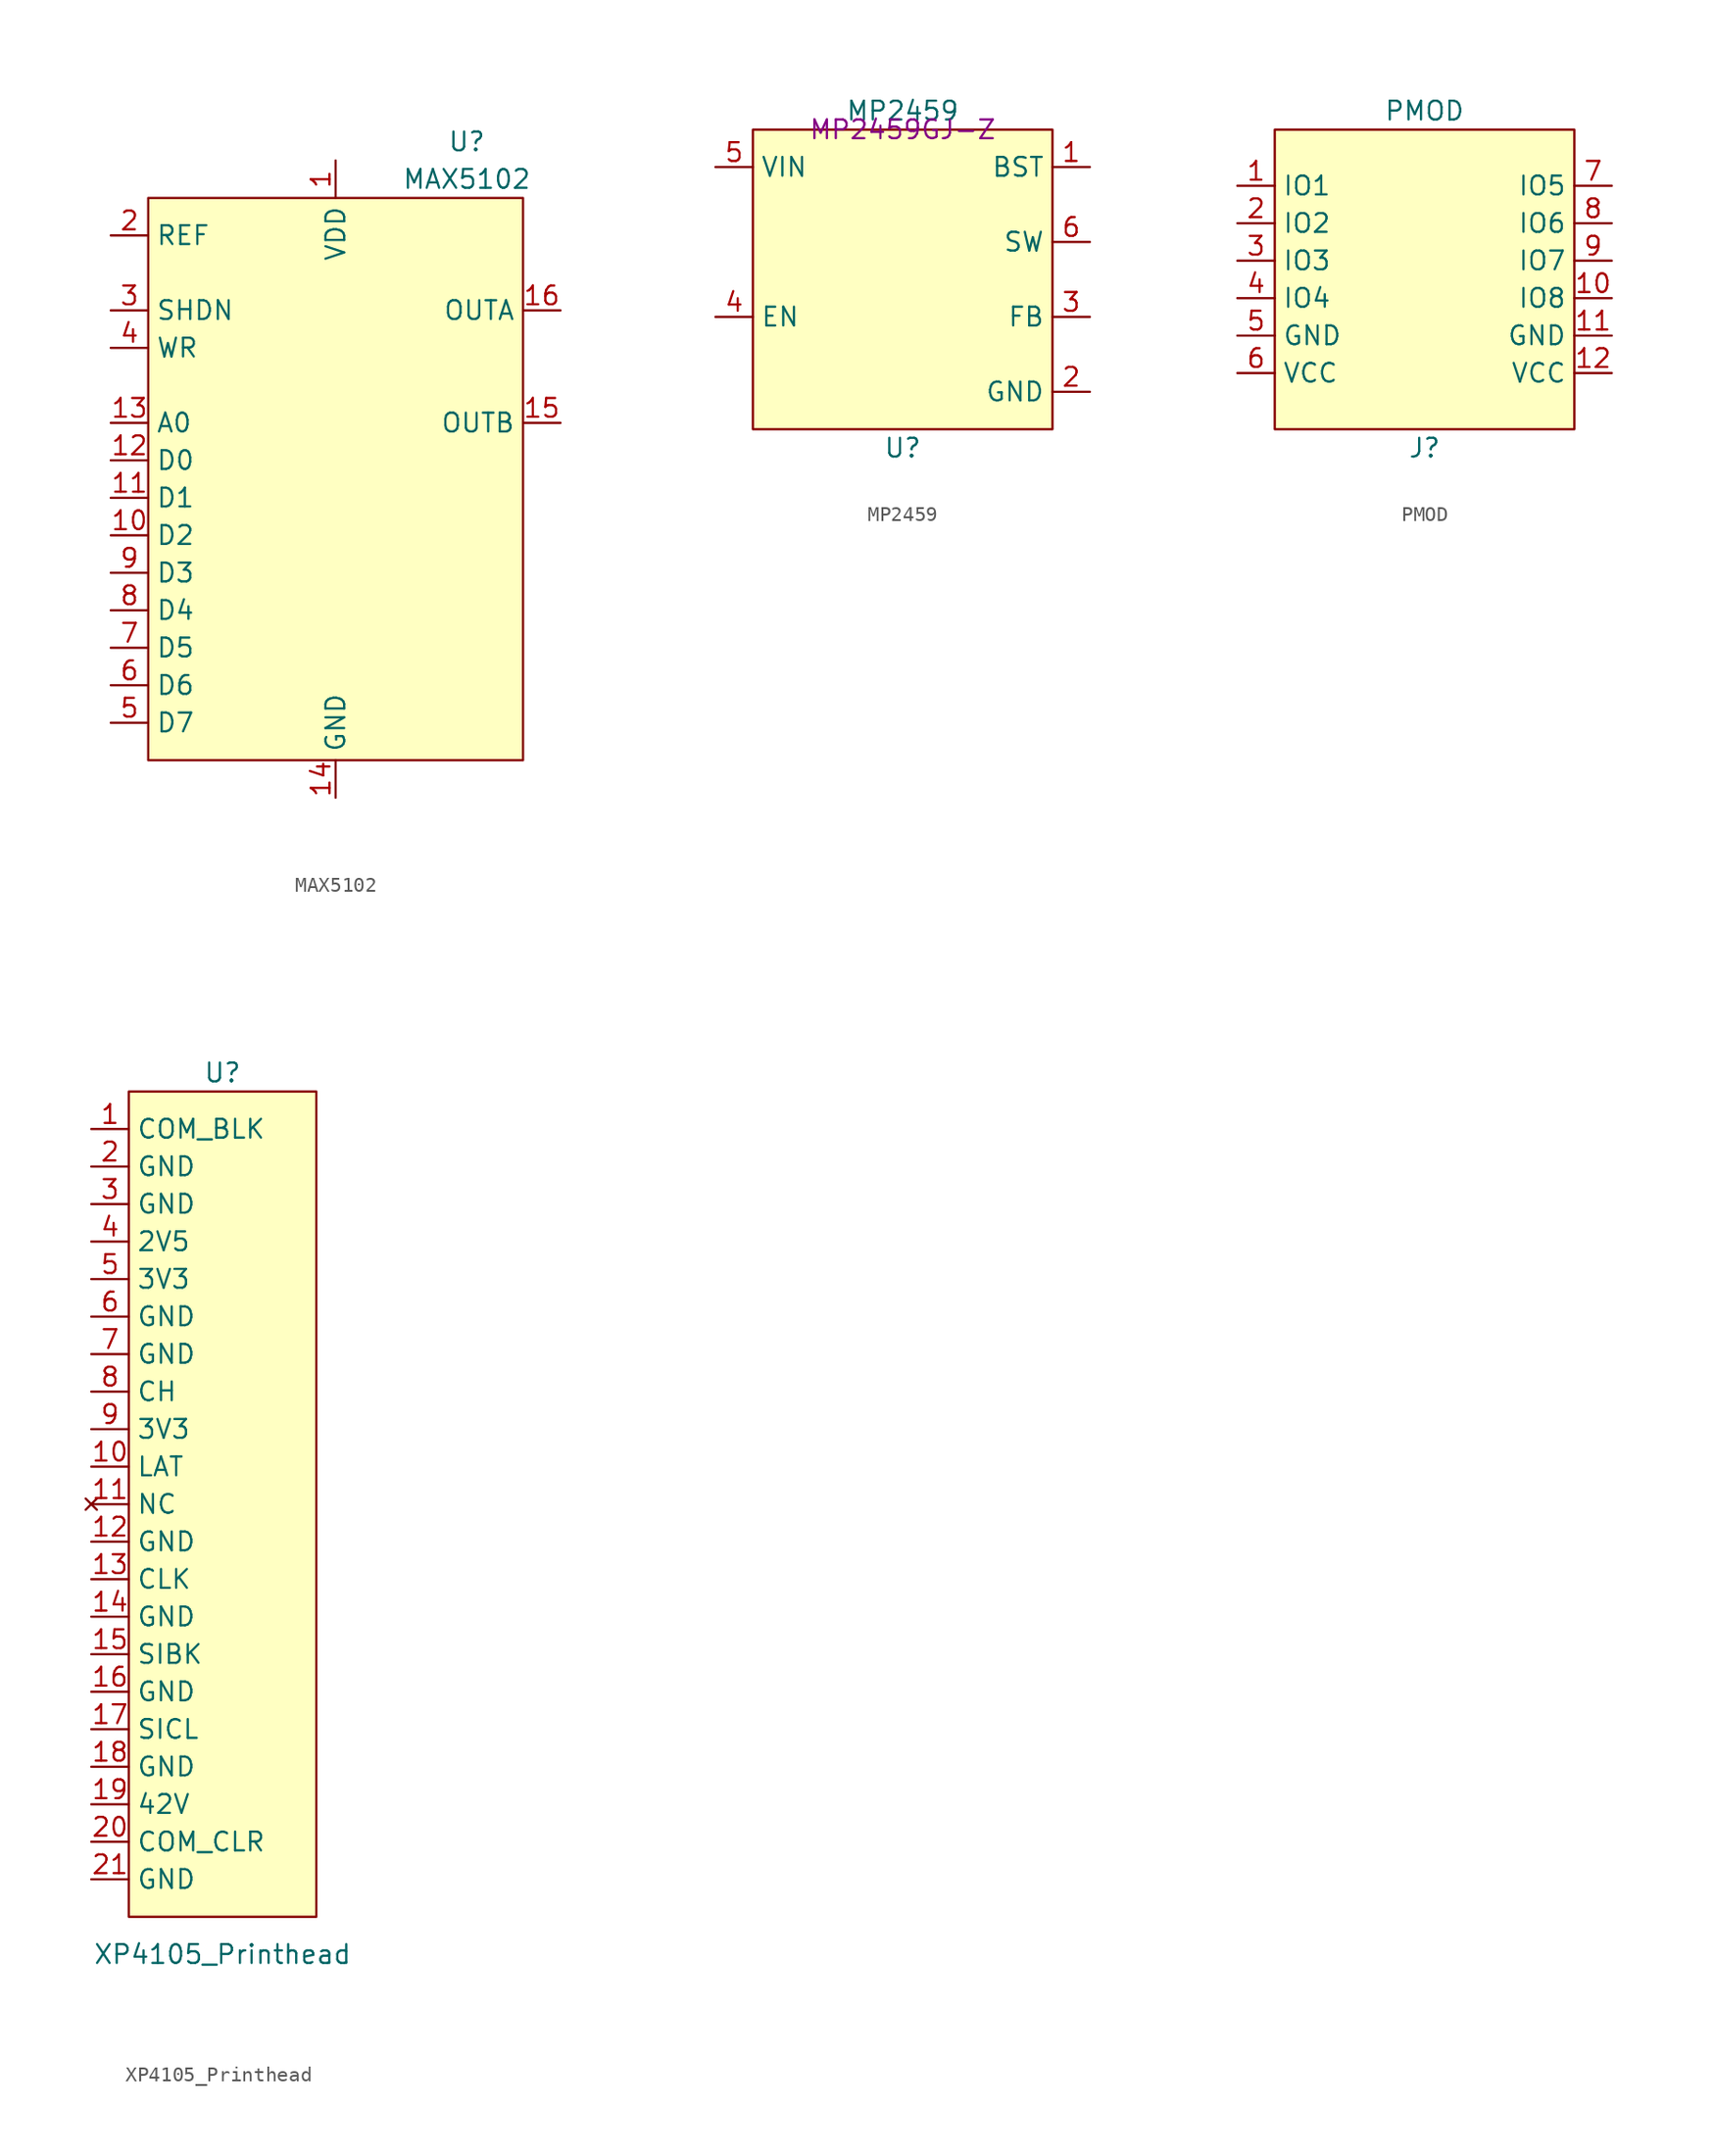
<source format=kicad_sym>
(kicad_symbol_lib
  (version 20211014)
  (generator kicad_symbol_editor)
  (symbol "MAX5102"
    (property "Reference" "U"
      (at 8.89 3.81 0)
      (effects (font (size 1.27 1.27))))
    (property "Value" "MAX5102"
      (at 8.89 1.27 0)
      (effects (font (size 1.27 1.27))))
    (symbol "MAX5102_0_1"
      (rectangle (start -12.7 0) (end 12.7 -38.1) (stroke (width 0) (type default) (color 0 0 0 0)) (fill (type background))))
    (symbol "MAX5102_1_1"
      (pin power_in line (at 0 2.54 270) (length 2.54) (name "VDD" (effects (font (size 1.27 1.27)))) (number "1" (effects (font (size 1.27 1.27)))))
      (pin input line (at -15.24 -22.86 0) (length 2.54) (name "D2" (effects (font (size 1.27 1.27)))) (number "10" (effects (font (size 1.27 1.27)))))
      (pin input line (at -15.24 -20.32 0) (length 2.54) (name "D1" (effects (font (size 1.27 1.27)))) (number "11" (effects (font (size 1.27 1.27)))))
      (pin input line (at -15.24 -17.78 0) (length 2.54) (name "D0" (effects (font (size 1.27 1.27)))) (number "12" (effects (font (size 1.27 1.27)))))
      (pin input line (at -15.24 -15.24 0) (length 2.54) (name "A0" (effects (font (size 1.27 1.27)))) (number "13" (effects (font (size 1.27 1.27)))))
      (pin input line (at 0 -40.64 90) (length 2.54) (name "GND" (effects (font (size 1.27 1.27)))) (number "14" (effects (font (size 1.27 1.27)))))
      (pin output line (at 15.24 -15.24 180) (length 2.54) (name "OUTB" (effects (font (size 1.27 1.27)))) (number "15" (effects (font (size 1.27 1.27)))))
      (pin output line (at 15.24 -7.62 180) (length 2.54) (name "OUTA" (effects (font (size 1.27 1.27)))) (number "16" (effects (font (size 1.27 1.27)))))
      (pin power_in line (at -15.24 -2.54 0) (length 2.54) (name "REF" (effects (font (size 1.27 1.27)))) (number "2" (effects (font (size 1.27 1.27)))))
      (pin input line (at -15.24 -7.62 0) (length 2.54) (name "SHDN" (effects (font (size 1.27 1.27)))) (number "3" (effects (font (size 1.27 1.27)))))
      (pin input line (at -15.24 -10.16 0) (length 2.54) (name "WR" (effects (font (size 1.27 1.27)))) (number "4" (effects (font (size 1.27 1.27)))))
      (pin input line (at -15.24 -35.56 0) (length 2.54) (name "D7" (effects (font (size 1.27 1.27)))) (number "5" (effects (font (size 1.27 1.27)))))
      (pin input line (at -15.24 -33.02 0) (length 2.54) (name "D6" (effects (font (size 1.27 1.27)))) (number "6" (effects (font (size 1.27 1.27)))))
      (pin input line (at -15.24 -30.48 0) (length 2.54) (name "D5" (effects (font (size 1.27 1.27)))) (number "7" (effects (font (size 1.27 1.27)))))
      (pin input line (at -15.24 -27.94 0) (length 2.54) (name "D4" (effects (font (size 1.27 1.27)))) (number "8" (effects (font (size 1.27 1.27)))))
      (pin input line (at -15.24 -25.4 0) (length 2.54) (name "D3" (effects (font (size 1.27 1.27)))) (number "9" (effects (font (size 1.27 1.27)))))))
  (symbol "MP2459"
    (property "Reference" "U"
      (at 0 -21.59 0)
      (effects (font (size 1.27 1.27))))
    (property "Value" "MP2459"
      (at 0 1.27 0)
      (effects (font (size 1.27 1.27))))
    (property "manf#" "MP2459GJ-Z"
      (at 0 0 0)
      (effects (font (size 1.27 1.27))))
    (symbol "MP2459_0_1"
      (rectangle (start 10.16 0) (end -10.16 -20.32) (stroke (width 0) (type default) (color 0 0 0 0)) (fill (type background))))
    (symbol "MP2459_1_1"
      (pin passive line (at 12.7 -2.54 180) (length 2.54) (name "BST" (effects (font (size 1.27 1.27)))) (number "1" (effects (font (size 1.27 1.27)))))
      (pin power_in line (at 12.7 -17.78 180) (length 2.54) (name "GND" (effects (font (size 1.27 1.27)))) (number "2" (effects (font (size 1.27 1.27)))))
      (pin passive line (at 12.7 -12.7 180) (length 2.54) (name "FB" (effects (font (size 1.27 1.27)))) (number "3" (effects (font (size 1.27 1.27)))))
      (pin input line (at -12.7 -12.7 0) (length 2.54) (name "EN" (effects (font (size 1.27 1.27)))) (number "4" (effects (font (size 1.27 1.27)))))
      (pin power_in line (at -12.7 -2.54 0) (length 2.54) (name "VIN" (effects (font (size 1.27 1.27)))) (number "5" (effects (font (size 1.27 1.27)))))
      (pin passive line (at 12.7 -7.62 180) (length 2.54) (name "SW" (effects (font (size 1.27 1.27)))) (number "6" (effects (font (size 1.27 1.27)))))))
  (symbol "PMOD"
    (property "Reference" "J"
      (at 0 -21.59 0)
      (effects (font (size 1.27 1.27))))
    (property "Value" "PMOD"
      (at 0 1.27 0)
      (effects (font (size 1.27 1.27))))
    (symbol "PMOD_0_1"
      (rectangle (start -10.16 0) (end 10.16 -20.32) (stroke (width 0) (type default) (color 0 0 0 0)) (fill (type background))))
    (symbol "PMOD_1_1"
      (pin passive line (at -12.7 -3.81 0) (length 2.54) (name "IO1" (effects (font (size 1.27 1.27)))) (number "1" (effects (font (size 1.27 1.27)))))
      (pin passive line (at 12.7 -11.43 180) (length 2.54) (name "IO8" (effects (font (size 1.27 1.27)))) (number "10" (effects (font (size 1.27 1.27)))))
      (pin power_in line (at 12.7 -13.97 180) (length 2.54) (name "GND" (effects (font (size 1.27 1.27)))) (number "11" (effects (font (size 1.27 1.27)))))
      (pin passive line (at 12.7 -16.51 180) (length 2.54) (name "VCC" (effects (font (size 1.27 1.27)))) (number "12" (effects (font (size 1.27 1.27)))))
      (pin passive line (at -12.7 -6.35 0) (length 2.54) (name "IO2" (effects (font (size 1.27 1.27)))) (number "2" (effects (font (size 1.27 1.27)))))
      (pin passive line (at -12.7 -8.89 0) (length 2.54) (name "IO3" (effects (font (size 1.27 1.27)))) (number "3" (effects (font (size 1.27 1.27)))))
      (pin passive line (at -12.7 -11.43 0) (length 2.54) (name "IO4" (effects (font (size 1.27 1.27)))) (number "4" (effects (font (size 1.27 1.27)))))
      (pin power_in line (at -12.7 -13.97 0) (length 2.54) (name "GND" (effects (font (size 1.27 1.27)))) (number "5" (effects (font (size 1.27 1.27)))))
      (pin passive line (at -12.7 -16.51 0) (length 2.54) (name "VCC" (effects (font (size 1.27 1.27)))) (number "6" (effects (font (size 1.27 1.27)))))
      (pin passive line (at 12.7 -3.81 180) (length 2.54) (name "IO5" (effects (font (size 1.27 1.27)))) (number "7" (effects (font (size 1.27 1.27)))))
      (pin passive line (at 12.7 -6.35 180) (length 2.54) (name "IO6" (effects (font (size 1.27 1.27)))) (number "8" (effects (font (size 1.27 1.27)))))
      (pin passive line (at 12.7 -8.89 180) (length 2.54) (name "IO7" (effects (font (size 1.27 1.27)))) (number "9" (effects (font (size 1.27 1.27)))))))
  (symbol "XP4105_Printhead"
    (property "Reference" "U"
      (at 6.35 1.27 0)
      (effects (font (size 1.27 1.27))))
    (property "Value" "XP4105_Printhead"
      (at 6.35 -58.42 0)
      (effects (font (size 1.27 1.27))))
    (symbol "XP4105_Printhead_0_1"
      (rectangle (start 0 0) (end 12.7 -55.88) (stroke (width 0) (type default) (color 0 0 0 0)) (fill (type background))))
    (symbol "XP4105_Printhead_1_1"
      (pin input line (at -2.54 -2.54 0) (length 2.54) (name "COM_BLK" (effects (font (size 1.27 1.27)))) (number "1" (effects (font (size 1.27 1.27)))))
      (pin input line (at -2.54 -25.4 0) (length 2.54) (name "LAT" (effects (font (size 1.27 1.27)))) (number "10" (effects (font (size 1.27 1.27)))))
      (pin no_connect line (at -2.54 -27.94 0) (length 2.54) (name "NC" (effects (font (size 1.27 1.27)))) (number "11" (effects (font (size 1.27 1.27)))))
      (pin passive line (at -2.54 -30.48 0) (length 2.54) (name "GND" (effects (font (size 1.27 1.27)))) (number "12" (effects (font (size 1.27 1.27)))))
      (pin input line (at -2.54 -33.02 0) (length 2.54) (name "CLK" (effects (font (size 1.27 1.27)))) (number "13" (effects (font (size 1.27 1.27)))))
      (pin passive line (at -2.54 -35.56 0) (length 2.54) (name "GND" (effects (font (size 1.27 1.27)))) (number "14" (effects (font (size 1.27 1.27)))))
      (pin input line (at -2.54 -38.1 0) (length 2.54) (name "SIBK" (effects (font (size 1.27 1.27)))) (number "15" (effects (font (size 1.27 1.27)))))
      (pin passive line (at -2.54 -40.64 0) (length 2.54) (name "GND" (effects (font (size 1.27 1.27)))) (number "16" (effects (font (size 1.27 1.27)))))
      (pin input line (at -2.54 -43.18 0) (length 2.54) (name "SICL" (effects (font (size 1.27 1.27)))) (number "17" (effects (font (size 1.27 1.27)))))
      (pin passive line (at -2.54 -45.72 0) (length 2.54) (name "GND" (effects (font (size 1.27 1.27)))) (number "18" (effects (font (size 1.27 1.27)))))
      (pin power_in line (at -2.54 -48.26 0) (length 2.54) (name "42V" (effects (font (size 1.27 1.27)))) (number "19" (effects (font (size 1.27 1.27)))))
      (pin passive line (at -2.54 -5.08 0) (length 2.54) (name "GND" (effects (font (size 1.27 1.27)))) (number "2" (effects (font (size 1.27 1.27)))))
      (pin input line (at -2.54 -50.8 0) (length 2.54) (name "COM_CLR" (effects (font (size 1.27 1.27)))) (number "20" (effects (font (size 1.27 1.27)))))
      (pin passive line (at -2.54 -53.34 0) (length 2.54) (name "GND" (effects (font (size 1.27 1.27)))) (number "21" (effects (font (size 1.27 1.27)))))
      (pin passive line (at -2.54 -7.62 0) (length 2.54) (name "GND" (effects (font (size 1.27 1.27)))) (number "3" (effects (font (size 1.27 1.27)))))
      (pin power_in line (at -2.54 -10.16 0) (length 2.54) (name "2V5" (effects (font (size 1.27 1.27)))) (number "4" (effects (font (size 1.27 1.27)))))
      (pin power_in line (at -2.54 -12.7 0) (length 2.54) (name "3V3" (effects (font (size 1.27 1.27)))) (number "5" (effects (font (size 1.27 1.27)))))
      (pin passive line (at -2.54 -15.24 0) (length 2.54) (name "GND" (effects (font (size 1.27 1.27)))) (number "6" (effects (font (size 1.27 1.27)))))
      (pin passive line (at -2.54 -17.78 0) (length 2.54) (name "GND" (effects (font (size 1.27 1.27)))) (number "7" (effects (font (size 1.27 1.27)))))
      (pin input line (at -2.54 -20.32 0) (length 2.54) (name "CH" (effects (font (size 1.27 1.27)))) (number "8" (effects (font (size 1.27 1.27)))))
      (pin power_in line (at -2.54 -22.86 0) (length 2.54) (name "3V3" (effects (font (size 1.27 1.27)))) (number "9" (effects (font (size 1.27 1.27))))))))
</source>
